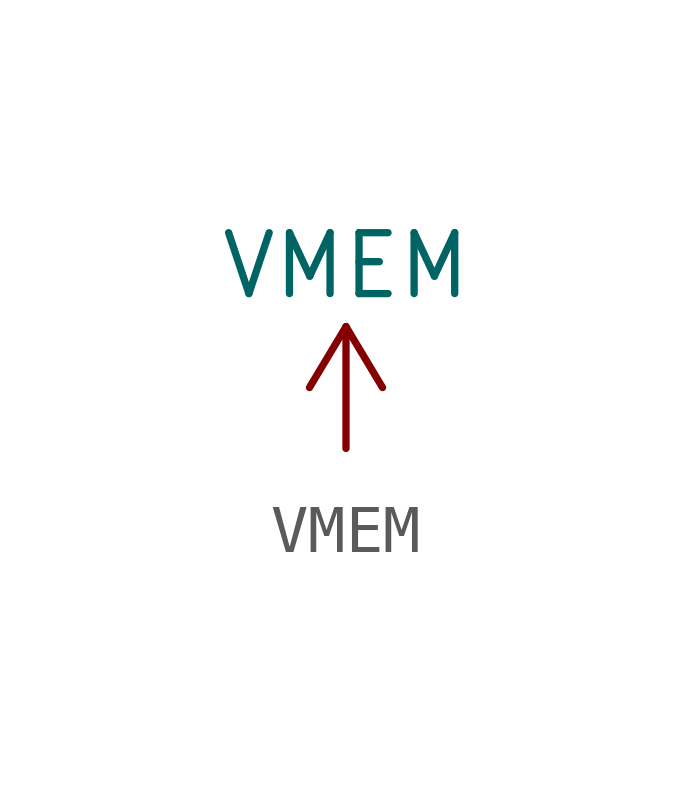
<source format=kicad_sym>
(kicad_symbol_lib
  (version 20211014)
  (generator kicad_symbol_editor)
  (symbol "power1:VMEM"
    (power)
    (pin_names
      (offset 0))
    (property "Reference" "#PWR"
      (at 0 -3.81 0)
      (effects (font (size 1.27 1.27)) hide))
    (property "Value" "VMEM"
      (at 0 3.81 0)
      (effects (font (size 1.27 1.27))))
    (symbol "VMEM_0_1"
      (polyline (pts (xy -0.762 1.27) (xy 0 2.54)) (stroke (width 0) (type default) (color 0 0 0 0)) (fill (type none)))
      (polyline (pts (xy 0 0) (xy 0 2.54)) (stroke (width 0) (type default) (color 0 0 0 0)) (fill (type none)))
      (polyline (pts (xy 0 2.54) (xy 0.762 1.27)) (stroke (width 0) (type default) (color 0 0 0 0)) (fill (type none))))
    (symbol "VMEM_1_1"
      (pin power_in line (at 0 0 90) (length 0) hide (name "VMEM" (effects (font (size 1.27 1.27)))) (number "1" (effects (font (size 1.27 1.27))))))))
</source>
